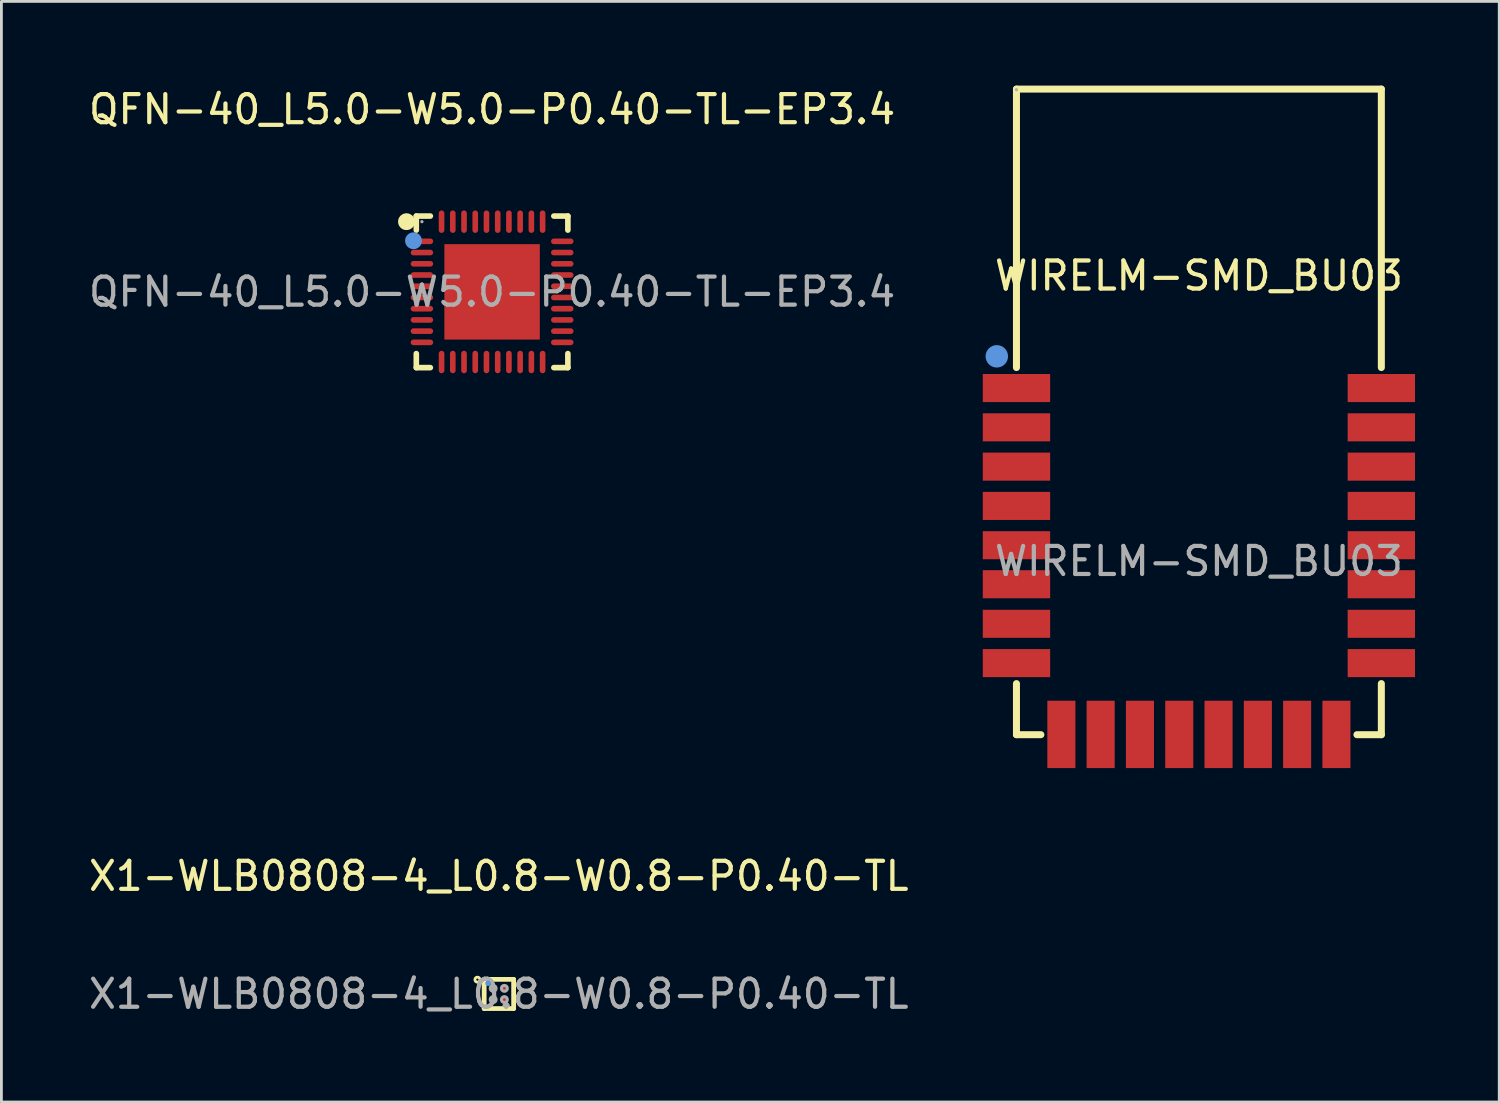
<source format=kicad_pcb>
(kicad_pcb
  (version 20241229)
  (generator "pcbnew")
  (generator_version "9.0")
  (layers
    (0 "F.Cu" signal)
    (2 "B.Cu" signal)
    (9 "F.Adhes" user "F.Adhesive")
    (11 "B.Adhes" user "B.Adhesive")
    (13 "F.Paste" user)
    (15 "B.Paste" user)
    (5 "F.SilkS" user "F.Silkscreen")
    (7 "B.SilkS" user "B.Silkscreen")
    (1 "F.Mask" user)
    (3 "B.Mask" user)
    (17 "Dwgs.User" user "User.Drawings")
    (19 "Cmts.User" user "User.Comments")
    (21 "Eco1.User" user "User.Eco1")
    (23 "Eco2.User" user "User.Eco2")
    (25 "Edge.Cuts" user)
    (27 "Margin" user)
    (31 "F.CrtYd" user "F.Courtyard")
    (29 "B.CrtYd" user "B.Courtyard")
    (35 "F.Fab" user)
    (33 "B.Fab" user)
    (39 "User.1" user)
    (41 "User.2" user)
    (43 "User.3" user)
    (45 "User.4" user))
  (footprint "X1-WLB0808-4_L0.8-W0.8-P0.40-TL"
    (layer "F.Cu")
    (at 14.72 32.363)
    (property "Reference" "X1-WLB0808-4_L0.8-W0.8-P0.40-TL" (at 0 -4.2 0) (layer "F.SilkS") (effects (font (size 1 1) (thickness 0.15))))
    (attr smd)
    (fp_line (start -0.52 -0.52) (end -0.52 0.52) (stroke (width 0.17) (type solid)) (layer "F.SilkS"))
    (fp_line (start -0.52 0.52) (end 0.53 0.52) (stroke (width 0.17) (type solid)) (layer "F.SilkS"))
    (fp_line (start 0.53 -0.52) (end -0.52 -0.52) (stroke (width 0.17) (type solid)) (layer "F.SilkS"))
    (fp_line (start 0.53 0.52) (end 0.53 -0.52) (stroke (width 0.17) (type solid)) (layer "F.SilkS"))
    (fp_circle (center -0.76 -0.51) (end -0.72 -0.51) (stroke (width 0.1) (type solid)) (fill no) (layer "F.SilkS"))
    (fp_circle (center -0.38 -0.38) (end -0.33 -0.38) (stroke (width 0.1) (type solid)) (fill no) (layer "Cmts.User"))
    (fp_circle (center -0.4 -0.4) (end -0.37 -0.4) (stroke (width 0.06) (type solid)) (fill no) (layer "F.Fab"))
    (fp_circle (center -0.2 -0.2) (end -0.15 -0.2) (stroke (width 0.11) (type solid)) (fill no) (layer "F.Fab"))
    (fp_circle (center -0.2 0.2) (end -0.15 0.2) (stroke (width 0.11) (type solid)) (fill no) (layer "F.Fab"))
    (fp_circle (center 0.2 -0.2) (end 0.25 -0.2) (stroke (width 0.11) (type solid)) (fill no) (layer "F.Fab"))
    (fp_circle (center 0.2 0.2) (end 0.25 0.2) (stroke (width 0.11) (type solid)) (fill no) (layer "F.Fab"))
    (fp_text user "${REFERENCE}" (at 0 0 0) (layer "F.Fab") (effects (font (size 1 1) (thickness 0.15))))
    (pad "A1" smd circle (at -0.2 -0.2) (size 0.18 0.18) (layers "F.Cu" "F.Mask" "F.Paste"))
    (pad "A2" smd circle (at 0.2 -0.2) (size 0.18 0.18) (layers "F.Cu" "F.Mask" "F.Paste"))
    (pad "B1" smd circle (at -0.2 0.2) (size 0.18 0.18) (layers "F.Cu" "F.Mask" "F.Paste"))
    (pad "B2" smd circle (at 0.2 0.2) (size 0.18 0.18) (layers "F.Cu" "F.Mask" "F.Paste")))
  (footprint "QFN-40_L5.0-W5.0-P0.40-TL-EP3.4"
    (layer "F.Cu")
    (at 14.482 7.348)
    (property "Reference" "QFN-40_L5.0-W5.0-P0.40-TL-EP3.4" (at 0 -6.5 0) (layer "F.SilkS") (effects (font (size 1 1) (thickness 0.15))))
    (attr smd)
    (fp_line (start -2.7 -2.7) (end -2.2 -2.7) (stroke (width 0.2) (type solid)) (layer "F.SilkS"))
    (fp_line (start -2.7 -2.2) (end -2.7 -2.7) (stroke (width 0.2) (type solid)) (layer "F.SilkS"))
    (fp_line (start -2.7 2.7) (end -2.7 2.2) (stroke (width 0.2) (type solid)) (layer "F.SilkS"))
    (fp_line (start -2.2 2.7) (end -2.7 2.7) (stroke (width 0.2) (type solid)) (layer "F.SilkS"))
    (fp_line (start 2.2 2.7) (end 2.7 2.7) (stroke (width 0.2) (type solid)) (layer "F.SilkS"))
    (fp_line (start 2.7 -2.7) (end 2.2 -2.7) (stroke (width 0.2) (type solid)) (layer "F.SilkS"))
    (fp_line (start 2.7 -2.2) (end 2.7 -2.7) (stroke (width 0.2) (type solid)) (layer "F.SilkS"))
    (fp_line (start 2.7 2.7) (end 2.7 2.2) (stroke (width 0.2) (type solid)) (layer "F.SilkS"))
    (fp_arc (start -3.05 -2.5) (mid -3.05 -2.5) (end -3.05 -2.5) (stroke (width 0.3) (type solid)) (layer "F.SilkS"))
    (fp_circle (center -2.8 -1.82) (end -2.65 -1.82) (stroke (width 0.3) (type solid)) (fill no) (layer "Cmts.User"))
    (fp_circle (center -2.5 -2.5) (end -2.47 -2.5) (stroke (width 0.06) (type solid)) (fill no) (layer "F.Fab"))
    (fp_text user "${REFERENCE}" (at 0 0 0) (layer "F.Fab") (effects (font (size 1 1) (thickness 0.15))))
    (pad "1" smd oval (at -2.5 -1.8) (size 0.8 0.2) (layers "F.Cu" "F.Mask" "F.Paste"))
    (pad "2" smd oval (at -2.5 -1.4) (size 0.8 0.2) (layers "F.Cu" "F.Mask" "F.Paste"))
    (pad "3" smd oval (at -2.5 -1) (size 0.8 0.2) (layers "F.Cu" "F.Mask" "F.Paste"))
    (pad "4" smd oval (at -2.5 -0.6) (size 0.8 0.2) (layers "F.Cu" "F.Mask" "F.Paste"))
    (pad "5" smd oval (at -2.5 -0.2) (size 0.8 0.2) (layers "F.Cu" "F.Mask" "F.Paste"))
    (pad "6" smd oval (at -2.5 0.2) (size 0.8 0.2) (layers "F.Cu" "F.Mask" "F.Paste"))
    (pad "7" smd oval (at -2.5 0.6) (size 0.8 0.2) (layers "F.Cu" "F.Mask" "F.Paste"))
    (pad "8" smd oval (at -2.5 1) (size 0.8 0.2) (layers "F.Cu" "F.Mask" "F.Paste"))
    (pad "9" smd oval (at -2.5 1.4) (size 0.8 0.2) (layers "F.Cu" "F.Mask" "F.Paste"))
    (pad "10" smd oval (at -2.5 1.8) (size 0.8 0.2) (layers "F.Cu" "F.Mask" "F.Paste"))
    (pad "11" smd oval (at -1.8 2.5) (size 0.2 0.8) (layers "F.Cu" "F.Mask" "F.Paste"))
    (pad "12" smd oval (at -1.4 2.5) (size 0.2 0.8) (layers "F.Cu" "F.Mask" "F.Paste"))
    (pad "13" smd oval (at -1 2.5) (size 0.2 0.8) (layers "F.Cu" "F.Mask" "F.Paste"))
    (pad "14" smd oval (at -0.6 2.5) (size 0.2 0.8) (layers "F.Cu" "F.Mask" "F.Paste"))
    (pad "15" smd oval (at -0.2 2.5) (size 0.2 0.8) (layers "F.Cu" "F.Mask" "F.Paste"))
    (pad "16" smd oval (at 0.2 2.5) (size 0.2 0.8) (layers "F.Cu" "F.Mask" "F.Paste"))
    (pad "17" smd oval (at 0.6 2.5) (size 0.2 0.8) (layers "F.Cu" "F.Mask" "F.Paste"))
    (pad "18" smd oval (at 1 2.5) (size 0.2 0.8) (layers "F.Cu" "F.Mask" "F.Paste"))
    (pad "19" smd oval (at 1.4 2.5) (size 0.2 0.8) (layers "F.Cu" "F.Mask" "F.Paste"))
    (pad "20" smd oval (at 1.8 2.5) (size 0.2 0.8) (layers "F.Cu" "F.Mask" "F.Paste"))
    (pad "21" smd oval (at 2.5 1.8) (size 0.8 0.2) (layers "F.Cu" "F.Mask" "F.Paste"))
    (pad "22" smd oval (at 2.5 1.4) (size 0.8 0.2) (layers "F.Cu" "F.Mask" "F.Paste"))
    (pad "23" smd oval (at 2.5 1) (size 0.8 0.2) (layers "F.Cu" "F.Mask" "F.Paste"))
    (pad "24" smd oval (at 2.5 0.6) (size 0.8 0.2) (layers "F.Cu" "F.Mask" "F.Paste"))
    (pad "25" smd oval (at 2.5 0.2) (size 0.8 0.2) (layers "F.Cu" "F.Mask" "F.Paste"))
    (pad "26" smd oval (at 2.5 -0.2) (size 0.8 0.2) (layers "F.Cu" "F.Mask" "F.Paste"))
    (pad "27" smd oval (at 2.5 -0.6) (size 0.8 0.2) (layers "F.Cu" "F.Mask" "F.Paste"))
    (pad "28" smd oval (at 2.5 -1) (size 0.8 0.2) (layers "F.Cu" "F.Mask" "F.Paste"))
    (pad "29" smd oval (at 2.5 -1.4) (size 0.8 0.2) (layers "F.Cu" "F.Mask" "F.Paste"))
    (pad "30" smd oval (at 2.5 -1.8) (size 0.8 0.2) (layers "F.Cu" "F.Mask" "F.Paste"))
    (pad "31" smd oval (at 1.8 -2.5) (size 0.2 0.8) (layers "F.Cu" "F.Mask" "F.Paste"))
    (pad "32" smd oval (at 1.4 -2.5) (size 0.2 0.8) (layers "F.Cu" "F.Mask" "F.Paste"))
    (pad "33" smd oval (at 1 -2.5) (size 0.2 0.8) (layers "F.Cu" "F.Mask" "F.Paste"))
    (pad "34" smd oval (at 0.6 -2.5) (size 0.2 0.8) (layers "F.Cu" "F.Mask" "F.Paste"))
    (pad "35" smd oval (at 0.2 -2.5) (size 0.2 0.8) (layers "F.Cu" "F.Mask" "F.Paste"))
    (pad "36" smd oval (at -0.2 -2.5) (size 0.2 0.8) (layers "F.Cu" "F.Mask" "F.Paste"))
    (pad "37" smd oval (at -0.6 -2.5) (size 0.2 0.8) (layers "F.Cu" "F.Mask" "F.Paste"))
    (pad "38" smd oval (at -1 -2.5) (size 0.2 0.8) (layers "F.Cu" "F.Mask" "F.Paste"))
    (pad "39" smd oval (at -1.4 -2.5) (size 0.2 0.8) (layers "F.Cu" "F.Mask" "F.Paste"))
    (pad "40" smd oval (at -1.8 -2.5) (size 0.2 0.8) (layers "F.Cu" "F.Mask" "F.Paste"))
    (pad "41" smd rect (at 0 0 270) (size 3.4 3.4) (layers "F.Cu" "F.Mask" "F.Paste")))
  (footprint "WIRELM-SMD_BU03"
    (layer "F.Cu")
    (at 39.664 16.945)
    (property "Reference" "WIRELM-SMD_BU03" (at 0 -10.17 0) (layer "F.SilkS") (effects (font (size 1 1) (thickness 0.15))))
    (attr smd)
    (fp_line (start -6.5 -16.82) (end -6.5 -6.9) (stroke (width 0.25) (type solid)) (layer "F.SilkS"))
    (fp_line (start -6.5 -16.82) (end 6.5 -16.82) (stroke (width 0.25) (type solid)) (layer "F.SilkS"))
    (fp_line (start -6.5 4.36) (end -6.5 6.18) (stroke (width 0.25) (type solid)) (layer "F.SilkS"))
    (fp_line (start -6.5 6.18) (end -5.63 6.18) (stroke (width 0.25) (type solid)) (layer "F.SilkS"))
    (fp_line (start 5.63 6.18) (end 6.5 6.18) (stroke (width 0.25) (type solid)) (layer "F.SilkS"))
    (fp_line (start 6.5 -16.82) (end 6.5 -6.9) (stroke (width 0.25) (type solid)) (layer "F.SilkS"))
    (fp_line (start 6.5 4.36) (end 6.5 6.18) (stroke (width 0.25) (type solid)) (layer "F.SilkS"))
    (fp_circle (center -7.2 -7.3) (end -7 -7.3) (stroke (width 0.4) (type solid)) (fill no) (layer "Cmts.User"))
    (fp_circle (center -6.5 -16.8) (end -6.47 -16.8) (stroke (width 0.06) (type solid)) (fill no) (layer "F.Fab"))
    (fp_text user "${REFERENCE}" (at 0 0 0) (layer "F.Fab") (effects (font (size 1 1) (thickness 0.15))))
    (pad "1" smd rect (at -6.5 -6.17 90) (size 1 2.4) (layers "F.Cu" "F.Mask" "F.Paste"))
    (pad "2" smd rect (at -6.5 -4.77 90) (size 1 2.4) (layers "F.Cu" "F.Mask" "F.Paste"))
    (pad "3" smd rect (at -6.5 -3.37 90) (size 1 2.4) (layers "F.Cu" "F.Mask" "F.Paste"))
    (pad "4" smd rect (at -6.5 -1.97 90) (size 1 2.4) (layers "F.Cu" "F.Mask" "F.Paste"))
    (pad "5" smd rect (at -6.5 -0.57 90) (size 1 2.4) (layers "F.Cu" "F.Mask" "F.Paste"))
    (pad "6" smd rect (at -6.5 0.82 90) (size 1 2.4) (layers "F.Cu" "F.Mask" "F.Paste"))
    (pad "7" smd rect (at -6.5 2.23 90) (size 1 2.4) (layers "F.Cu" "F.Mask" "F.Paste"))
    (pad "8" smd rect (at -6.5 3.63 270) (size 1 2.4) (layers "F.Cu" "F.Mask" "F.Paste"))
    (pad "9" smd rect (at -4.9 6.17) (size 1 2.4) (layers "F.Cu" "F.Mask" "F.Paste"))
    (pad "10" smd rect (at -3.5 6.17) (size 1 2.4) (layers "F.Cu" "F.Mask" "F.Paste"))
    (pad "11" smd rect (at -2.1 6.17) (size 1 2.4) (layers "F.Cu" "F.Mask" "F.Paste"))
    (pad "12" smd rect (at -0.7 6.17) (size 1 2.4) (layers "F.Cu" "F.Mask" "F.Paste"))
    (pad "13" smd rect (at 0.7 6.17) (size 1 2.4) (layers "F.Cu" "F.Mask" "F.Paste"))
    (pad "14" smd rect (at 2.1 6.17) (size 1 2.4) (layers "F.Cu" "F.Mask" "F.Paste"))
    (pad "15" smd rect (at 3.5 6.17) (size 1 2.4) (layers "F.Cu" "F.Mask" "F.Paste"))
    (pad "16" smd rect (at 4.9 6.17) (size 1 2.4) (layers "F.Cu" "F.Mask" "F.Paste"))
    (pad "17" smd rect (at 6.5 3.63 90) (size 1 2.4) (layers "F.Cu" "F.Mask" "F.Paste"))
    (pad "18" smd rect (at 6.5 2.23 90) (size 1 2.4) (layers "F.Cu" "F.Mask" "F.Paste"))
    (pad "19" smd rect (at 6.5 0.82 90) (size 1 2.4) (layers "F.Cu" "F.Mask" "F.Paste"))
    (pad "20" smd rect (at 6.5 -0.57 90) (size 1 2.4) (layers "F.Cu" "F.Mask" "F.Paste"))
    (pad "21" smd rect (at 6.5 -1.97 90) (size 1 2.4) (layers "F.Cu" "F.Mask" "F.Paste"))
    (pad "22" smd rect (at 6.5 -3.37 90) (size 1 2.4) (layers "F.Cu" "F.Mask" "F.Paste"))
    (pad "23" smd rect (at 6.5 -4.77 90) (size 1 2.4) (layers "F.Cu" "F.Mask" "F.Paste"))
    (pad "24" smd rect (at 6.5 -6.17 90) (size 1 2.4) (layers "F.Cu" "F.Mask" "F.Paste")))
  (gr_rect
    (start -3 -3)
    (end 50.364 36.212)
    (stroke (width 0.1) (type default))
    (fill no)
    (layer "Edge.Cuts")))
</source>
